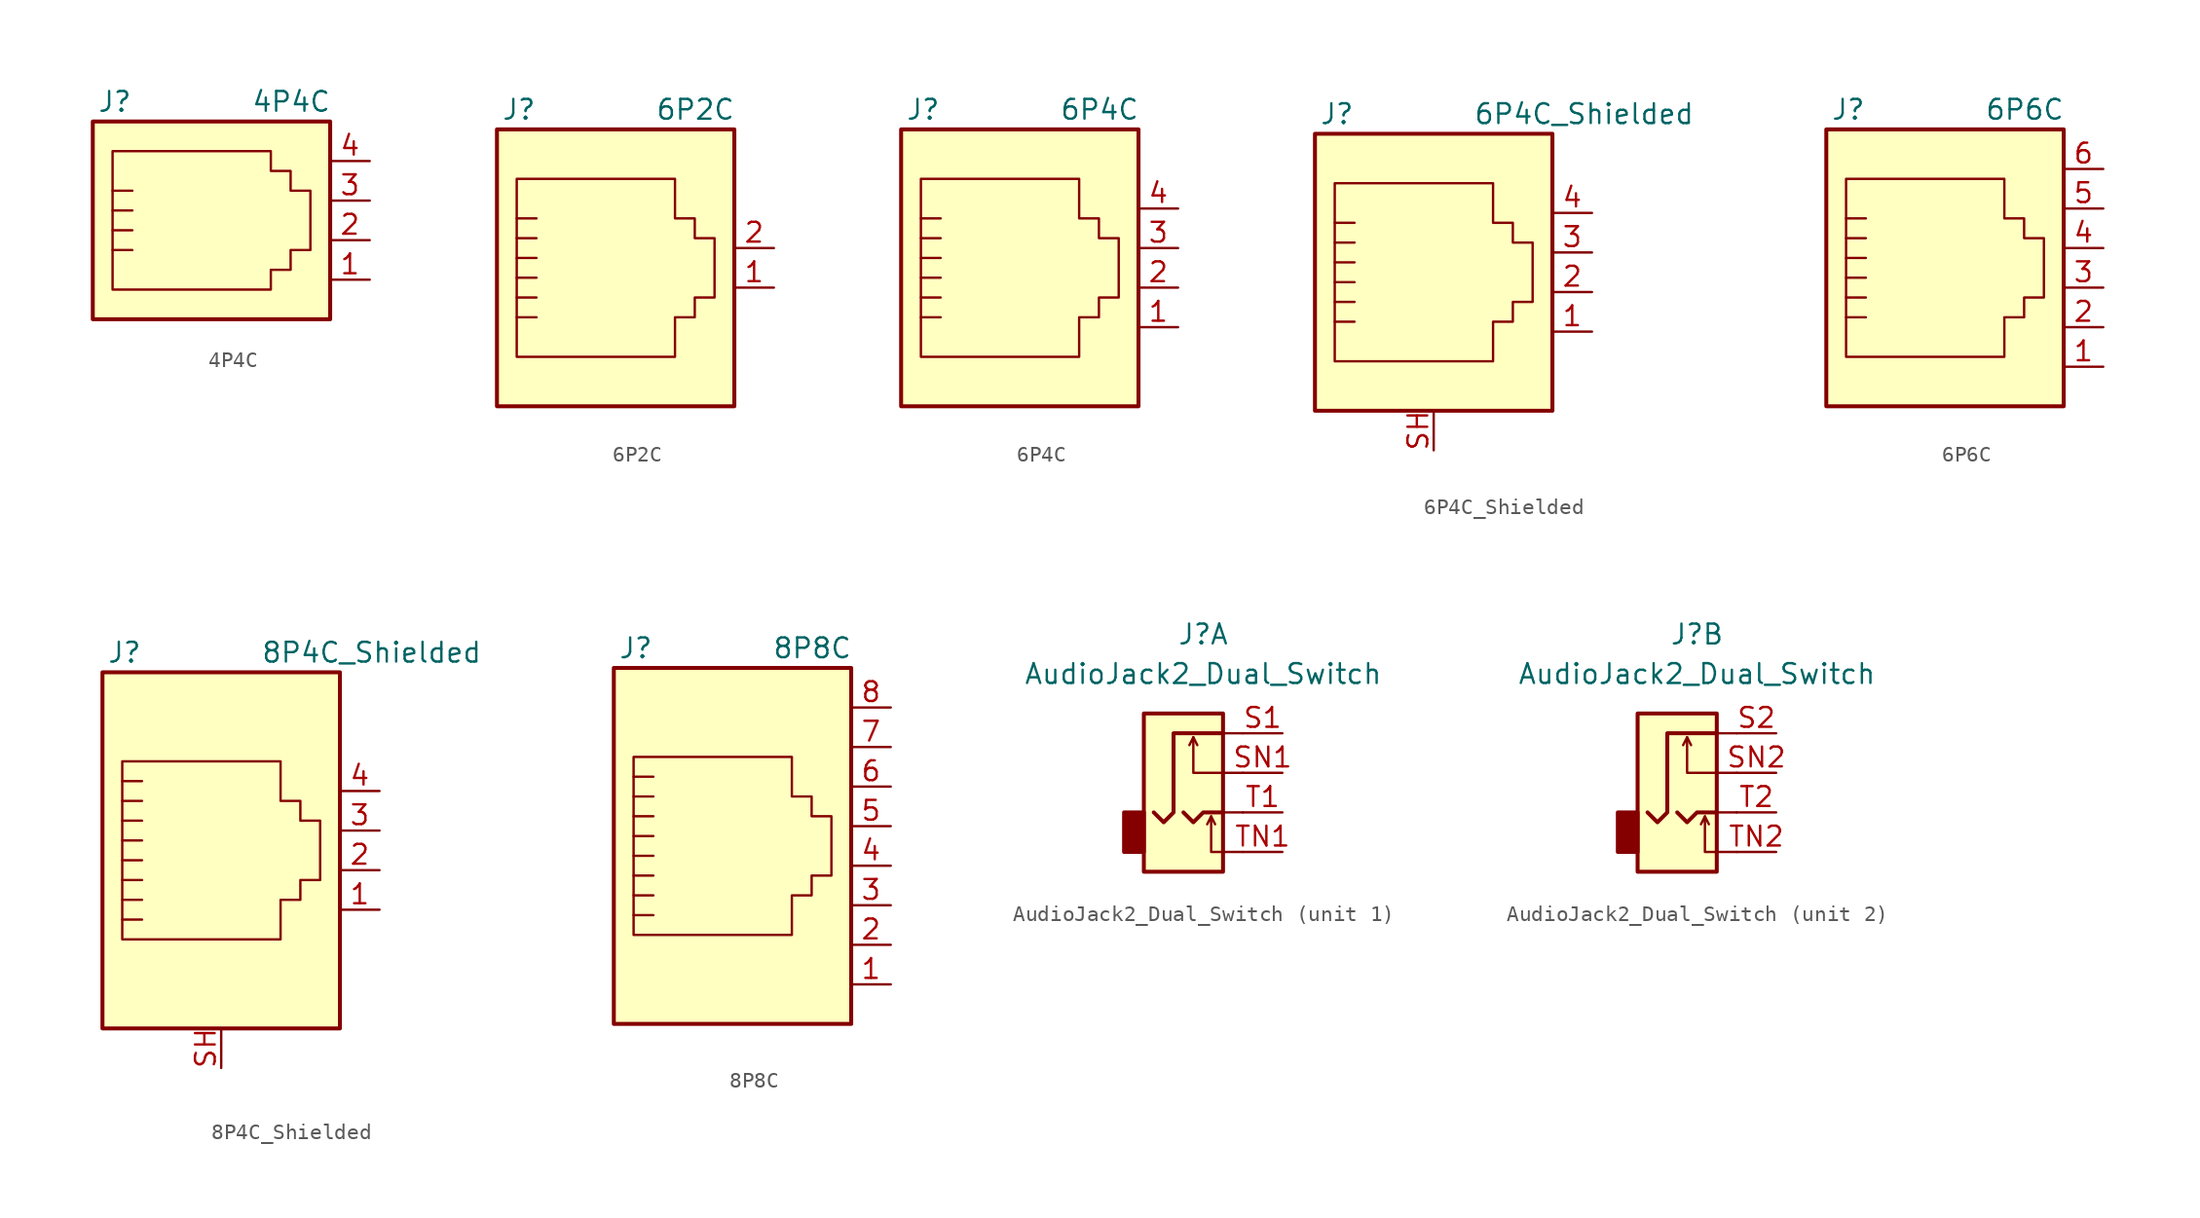
<source format=kicad_sym>
(kicad_symbol_lib
  (version 20201005)
  (generator kicad_symbol_editor)
  (symbol "4P4C"
    (pin_names
      (offset 1.016))
    (property "Reference" "J"
      (at -5.08 8.89 0)
      (effects (font (size 1.27 1.27)) (justify right)))
    (property "Value" "4P4C"
      (at 2.54 8.89 0)
      (effects (font (size 1.27 1.27)) (justify left)))
    (symbol "4P4C_0_1"
      (rectangle (start 7.62 7.62) (end -7.62 -5.08) (stroke (width 0.254)) (fill (type background)))
      (polyline (pts (xy -6.35 -0.635) (xy -5.08 -0.635) (xy -5.08 -0.635)) (stroke (width 0)) (fill (type none)))
      (polyline (pts (xy -6.35 0.635) (xy -5.08 0.635) (xy -5.08 0.635)) (stroke (width 0)) (fill (type none)))
      (polyline (pts (xy -6.35 1.905) (xy -5.08 1.905) (xy -5.08 1.905)) (stroke (width 0)) (fill (type none)))
      (polyline (pts (xy -6.35 3.175) (xy -5.08 3.175) (xy -5.08 3.175)) (stroke (width 0)) (fill (type none)))
      (polyline (pts (xy -6.35 -3.175) (xy -6.35 5.715) (xy -1.27 5.715) (xy 3.81 5.715) (xy 3.81 4.445) (xy 5.08 4.445) (xy 5.08 3.175) (xy 6.35 3.175) (xy 6.35 -0.635) (xy 5.08 -0.635) (xy 5.08 -1.905) (xy 3.81 -1.905) (xy 3.81 -3.175) (xy -6.35 -3.175) (xy -6.35 -3.175)) (stroke (width 0)) (fill (type none))))
    (symbol "4P4C_1_1"
      (pin passive line (at 10.16 -2.54 180) (length 2.54) (name "~" (effects (font (size 1.27 1.27)))) (number "1" (effects (font (size 1.27 1.27)))))
      (pin passive line (at 10.16 0 180) (length 2.54) (name "~" (effects (font (size 1.27 1.27)))) (number "2" (effects (font (size 1.27 1.27)))))
      (pin passive line (at 10.16 2.54 180) (length 2.54) (name "~" (effects (font (size 1.27 1.27)))) (number "3" (effects (font (size 1.27 1.27)))))
      (pin passive line (at 10.16 5.08 180) (length 2.54) (name "~" (effects (font (size 1.27 1.27)))) (number "4" (effects (font (size 1.27 1.27)))))))
  (symbol "6P2C"
    (pin_names
      (offset 1.016))
    (property "Reference" "J"
      (at -5.08 11.43 0)
      (effects (font (size 1.27 1.27)) (justify right)))
    (property "Value" "6P2C"
      (at 2.54 11.43 0)
      (effects (font (size 1.27 1.27)) (justify left)))
    (symbol "6P2C_0_1"
      (rectangle (start 7.62 10.16) (end -7.62 -7.62) (stroke (width 0.254)) (fill (type background)))
      (polyline (pts (xy -6.35 -1.905) (xy -5.08 -1.905) (xy -5.08 -1.905)) (stroke (width 0)) (fill (type none)))
      (polyline (pts (xy -6.35 -0.635) (xy -5.08 -0.635) (xy -5.08 -0.635)) (stroke (width 0)) (fill (type none)))
      (polyline (pts (xy -6.35 0.635) (xy -5.08 0.635) (xy -5.08 0.635)) (stroke (width 0)) (fill (type none)))
      (polyline (pts (xy -6.35 1.905) (xy -5.08 1.905) (xy -5.08 1.905)) (stroke (width 0)) (fill (type none)))
      (polyline (pts (xy -6.35 3.175) (xy -5.08 3.175) (xy -5.08 3.175)) (stroke (width 0)) (fill (type none)))
      (polyline (pts (xy -5.08 4.445) (xy -6.35 4.445) (xy -6.35 4.445)) (stroke (width 0)) (fill (type none)))
      (polyline (pts (xy -6.35 -4.445) (xy -6.35 6.985) (xy 3.81 6.985) (xy 3.81 4.445) (xy 5.08 4.445) (xy 5.08 3.175) (xy 6.35 3.175) (xy 6.35 -0.635) (xy 5.08 -0.635) (xy 5.08 -1.905) (xy 3.81 -1.905) (xy 3.81 -4.445) (xy -6.35 -4.445) (xy -6.35 -4.445)) (stroke (width 0)) (fill (type none))))
    (symbol "6P2C_1_1"
      (pin passive line (at 10.16 0 180) (length 2.54) (name "~" (effects (font (size 1.27 1.27)))) (number "1" (effects (font (size 1.27 1.27)))))
      (pin passive line (at 10.16 2.54 180) (length 2.54) (name "~" (effects (font (size 1.27 1.27)))) (number "2" (effects (font (size 1.27 1.27)))))))
  (symbol "6P4C"
    (pin_names
      (offset 1.016))
    (property "Reference" "J"
      (at -5.08 11.43 0)
      (effects (font (size 1.27 1.27)) (justify right)))
    (property "Value" "6P4C"
      (at 2.54 11.43 0)
      (effects (font (size 1.27 1.27)) (justify left)))
    (symbol "6P4C_0_1"
      (rectangle (start 7.62 10.16) (end -7.62 -7.62) (stroke (width 0.254)) (fill (type background)))
      (polyline (pts (xy -6.35 -1.905) (xy -5.08 -1.905) (xy -5.08 -1.905)) (stroke (width 0)) (fill (type none)))
      (polyline (pts (xy -6.35 -0.635) (xy -5.08 -0.635) (xy -5.08 -0.635)) (stroke (width 0)) (fill (type none)))
      (polyline (pts (xy -6.35 0.635) (xy -5.08 0.635) (xy -5.08 0.635)) (stroke (width 0)) (fill (type none)))
      (polyline (pts (xy -6.35 1.905) (xy -5.08 1.905) (xy -5.08 1.905)) (stroke (width 0)) (fill (type none)))
      (polyline (pts (xy -6.35 3.175) (xy -5.08 3.175) (xy -5.08 3.175)) (stroke (width 0)) (fill (type none)))
      (polyline (pts (xy -5.08 4.445) (xy -6.35 4.445) (xy -6.35 4.445)) (stroke (width 0)) (fill (type none)))
      (polyline (pts (xy -6.35 -4.445) (xy -6.35 6.985) (xy 3.81 6.985) (xy 3.81 4.445) (xy 5.08 4.445) (xy 5.08 3.175) (xy 6.35 3.175) (xy 6.35 -0.635) (xy 5.08 -0.635) (xy 5.08 -1.905) (xy 3.81 -1.905) (xy 3.81 -4.445) (xy -6.35 -4.445) (xy -6.35 -4.445)) (stroke (width 0)) (fill (type none))))
    (symbol "6P4C_1_1"
      (pin passive line (at 10.16 -2.54 180) (length 2.54) (name "~" (effects (font (size 1.27 1.27)))) (number "1" (effects (font (size 1.27 1.27)))))
      (pin passive line (at 10.16 0 180) (length 2.54) (name "~" (effects (font (size 1.27 1.27)))) (number "2" (effects (font (size 1.27 1.27)))))
      (pin passive line (at 10.16 2.54 180) (length 2.54) (name "~" (effects (font (size 1.27 1.27)))) (number "3" (effects (font (size 1.27 1.27)))))
      (pin passive line (at 10.16 5.08 180) (length 2.54) (name "~" (effects (font (size 1.27 1.27)))) (number "4" (effects (font (size 1.27 1.27)))))))
  (symbol "6P4C_Shielded"
    (pin_names
      (offset 1.016))
    (property "Reference" "J"
      (at -5.08 11.43 0)
      (effects (font (size 1.27 1.27)) (justify right)))
    (property "Value" "6P4C_Shielded"
      (at 2.54 11.43 0)
      (effects (font (size 1.27 1.27)) (justify left)))
    (symbol "6P4C_Shielded_0_1"
      (rectangle (start 7.62 10.16) (end -7.62 -7.62) (stroke (width 0.254)) (fill (type background)))
      (polyline (pts (xy -6.35 -1.905) (xy -5.08 -1.905) (xy -5.08 -1.905)) (stroke (width 0)) (fill (type none)))
      (polyline (pts (xy -6.35 -0.635) (xy -5.08 -0.635) (xy -5.08 -0.635)) (stroke (width 0)) (fill (type none)))
      (polyline (pts (xy -6.35 0.635) (xy -5.08 0.635) (xy -5.08 0.635)) (stroke (width 0)) (fill (type none)))
      (polyline (pts (xy -6.35 1.905) (xy -5.08 1.905) (xy -5.08 1.905)) (stroke (width 0)) (fill (type none)))
      (polyline (pts (xy -6.35 3.175) (xy -5.08 3.175) (xy -5.08 3.175)) (stroke (width 0)) (fill (type none)))
      (polyline (pts (xy -5.08 4.445) (xy -6.35 4.445) (xy -6.35 4.445)) (stroke (width 0)) (fill (type none)))
      (polyline (pts (xy -6.35 -4.445) (xy -6.35 6.985) (xy 3.81 6.985) (xy 3.81 4.445) (xy 5.08 4.445) (xy 5.08 3.175) (xy 6.35 3.175) (xy 6.35 -0.635) (xy 5.08 -0.635) (xy 5.08 -1.905) (xy 3.81 -1.905) (xy 3.81 -4.445) (xy -6.35 -4.445) (xy -6.35 -4.445)) (stroke (width 0)) (fill (type none))))
    (symbol "6P4C_Shielded_1_1"
      (pin passive line (at 10.16 -2.54 180) (length 2.54) (name "~" (effects (font (size 1.27 1.27)))) (number "1" (effects (font (size 1.27 1.27)))))
      (pin passive line (at 10.16 0 180) (length 2.54) (name "~" (effects (font (size 1.27 1.27)))) (number "2" (effects (font (size 1.27 1.27)))))
      (pin passive line (at 10.16 2.54 180) (length 2.54) (name "~" (effects (font (size 1.27 1.27)))) (number "3" (effects (font (size 1.27 1.27)))))
      (pin passive line (at 10.16 5.08 180) (length 2.54) (name "~" (effects (font (size 1.27 1.27)))) (number "4" (effects (font (size 1.27 1.27)))))
      (pin passive line (at 0 -10.16 90) (length 2.54) (name "~" (effects (font (size 1.27 1.27)))) (number "SH" (effects (font (size 1.27 1.27)))))))
  (symbol "6P6C"
    (pin_names
      (offset 1.016))
    (property "Reference" "J"
      (at -5.08 11.43 0)
      (effects (font (size 1.27 1.27)) (justify right)))
    (property "Value" "6P6C"
      (at 2.54 11.43 0)
      (effects (font (size 1.27 1.27)) (justify left)))
    (symbol "6P6C_0_1"
      (rectangle (start 7.62 10.16) (end -7.62 -7.62) (stroke (width 0.254)) (fill (type background)))
      (polyline (pts (xy -6.35 -1.905) (xy -5.08 -1.905) (xy -5.08 -1.905)) (stroke (width 0)) (fill (type none)))
      (polyline (pts (xy -6.35 -0.635) (xy -5.08 -0.635) (xy -5.08 -0.635)) (stroke (width 0)) (fill (type none)))
      (polyline (pts (xy -6.35 0.635) (xy -5.08 0.635) (xy -5.08 0.635)) (stroke (width 0)) (fill (type none)))
      (polyline (pts (xy -6.35 1.905) (xy -5.08 1.905) (xy -5.08 1.905)) (stroke (width 0)) (fill (type none)))
      (polyline (pts (xy -6.35 3.175) (xy -5.08 3.175) (xy -5.08 3.175)) (stroke (width 0)) (fill (type none)))
      (polyline (pts (xy -5.08 4.445) (xy -6.35 4.445) (xy -6.35 4.445)) (stroke (width 0)) (fill (type none)))
      (polyline (pts (xy -6.35 -4.445) (xy -6.35 6.985) (xy 3.81 6.985) (xy 3.81 4.445) (xy 5.08 4.445) (xy 5.08 3.175) (xy 6.35 3.175) (xy 6.35 -0.635) (xy 5.08 -0.635) (xy 5.08 -1.905) (xy 3.81 -1.905) (xy 3.81 -4.445) (xy -6.35 -4.445) (xy -6.35 -4.445)) (stroke (width 0)) (fill (type none))))
    (symbol "6P6C_1_1"
      (pin passive line (at 10.16 -5.08 180) (length 2.54) (name "~" (effects (font (size 1.27 1.27)))) (number "1" (effects (font (size 1.27 1.27)))))
      (pin passive line (at 10.16 -2.54 180) (length 2.54) (name "~" (effects (font (size 1.27 1.27)))) (number "2" (effects (font (size 1.27 1.27)))))
      (pin passive line (at 10.16 0 180) (length 2.54) (name "~" (effects (font (size 1.27 1.27)))) (number "3" (effects (font (size 1.27 1.27)))))
      (pin passive line (at 10.16 2.54 180) (length 2.54) (name "~" (effects (font (size 1.27 1.27)))) (number "4" (effects (font (size 1.27 1.27)))))
      (pin passive line (at 10.16 5.08 180) (length 2.54) (name "~" (effects (font (size 1.27 1.27)))) (number "5" (effects (font (size 1.27 1.27)))))
      (pin passive line (at 10.16 7.62 180) (length 2.54) (name "~" (effects (font (size 1.27 1.27)))) (number "6" (effects (font (size 1.27 1.27)))))))
  (symbol "8P4C_Shielded"
    (pin_names
      (offset 1.016))
    (property "Reference" "J"
      (at -5.08 13.97 0)
      (effects (font (size 1.27 1.27)) (justify right)))
    (property "Value" "8P4C_Shielded"
      (at 2.54 13.97 0)
      (effects (font (size 1.27 1.27)) (justify left)))
    (symbol "8P4C_Shielded_0_1"
      (rectangle (start 7.62 12.7) (end -7.62 -10.16) (stroke (width 0.254)) (fill (type background)))
      (polyline (pts (xy -5.08 4.445) (xy -6.35 4.445)) (stroke (width 0)) (fill (type none)))
      (polyline (pts (xy -5.08 5.715) (xy -6.35 5.715)) (stroke (width 0)) (fill (type none)))
      (polyline (pts (xy -6.35 -3.175) (xy -5.08 -3.175) (xy -5.08 -3.175)) (stroke (width 0)) (fill (type none)))
      (polyline (pts (xy -6.35 -1.905) (xy -5.08 -1.905) (xy -5.08 -1.905)) (stroke (width 0)) (fill (type none)))
      (polyline (pts (xy -6.35 -0.635) (xy -5.08 -0.635) (xy -5.08 -0.635)) (stroke (width 0)) (fill (type none)))
      (polyline (pts (xy -6.35 0.635) (xy -5.08 0.635) (xy -5.08 0.635)) (stroke (width 0)) (fill (type none)))
      (polyline (pts (xy -6.35 1.905) (xy -5.08 1.905) (xy -5.08 1.905)) (stroke (width 0)) (fill (type none)))
      (polyline (pts (xy -5.08 3.175) (xy -6.35 3.175) (xy -6.35 3.175)) (stroke (width 0)) (fill (type none)))
      (polyline (pts (xy -6.35 -4.445) (xy -6.35 6.985) (xy 3.81 6.985) (xy 3.81 4.445) (xy 5.08 4.445) (xy 5.08 3.175) (xy 6.35 3.175) (xy 6.35 -0.635) (xy 5.08 -0.635) (xy 5.08 -1.905) (xy 3.81 -1.905) (xy 3.81 -4.445) (xy -6.35 -4.445) (xy -6.35 -4.445)) (stroke (width 0)) (fill (type none))))
    (symbol "8P4C_Shielded_1_1"
      (pin passive line (at 10.16 -2.54 180) (length 2.54) (name "~" (effects (font (size 1.27 1.27)))) (number "1" (effects (font (size 1.27 1.27)))))
      (pin passive line (at 10.16 0 180) (length 2.54) (name "~" (effects (font (size 1.27 1.27)))) (number "2" (effects (font (size 1.27 1.27)))))
      (pin passive line (at 10.16 2.54 180) (length 2.54) (name "~" (effects (font (size 1.27 1.27)))) (number "3" (effects (font (size 1.27 1.27)))))
      (pin passive line (at 10.16 5.08 180) (length 2.54) (name "~" (effects (font (size 1.27 1.27)))) (number "4" (effects (font (size 1.27 1.27)))))
      (pin passive line (at 0 -12.7 90) (length 2.54) (name "~" (effects (font (size 1.27 1.27)))) (number "SH" (effects (font (size 1.27 1.27)))))))
  (symbol "8P8C"
    (pin_names
      (offset 1.016))
    (property "Reference" "J"
      (at -5.08 13.97 0)
      (effects (font (size 1.27 1.27)) (justify right)))
    (property "Value" "8P8C"
      (at 2.54 13.97 0)
      (effects (font (size 1.27 1.27)) (justify left)))
    (symbol "8P8C_0_1"
      (rectangle (start 7.62 12.7) (end -7.62 -10.16) (stroke (width 0.254)) (fill (type background)))
      (polyline (pts (xy -5.08 4.445) (xy -6.35 4.445)) (stroke (width 0)) (fill (type none)))
      (polyline (pts (xy -5.08 5.715) (xy -6.35 5.715)) (stroke (width 0)) (fill (type none)))
      (polyline (pts (xy -6.35 -3.175) (xy -5.08 -3.175) (xy -5.08 -3.175)) (stroke (width 0)) (fill (type none)))
      (polyline (pts (xy -6.35 -1.905) (xy -5.08 -1.905) (xy -5.08 -1.905)) (stroke (width 0)) (fill (type none)))
      (polyline (pts (xy -6.35 -0.635) (xy -5.08 -0.635) (xy -5.08 -0.635)) (stroke (width 0)) (fill (type none)))
      (polyline (pts (xy -6.35 0.635) (xy -5.08 0.635) (xy -5.08 0.635)) (stroke (width 0)) (fill (type none)))
      (polyline (pts (xy -6.35 1.905) (xy -5.08 1.905) (xy -5.08 1.905)) (stroke (width 0)) (fill (type none)))
      (polyline (pts (xy -5.08 3.175) (xy -6.35 3.175) (xy -6.35 3.175)) (stroke (width 0)) (fill (type none)))
      (polyline (pts (xy -6.35 -4.445) (xy -6.35 6.985) (xy 3.81 6.985) (xy 3.81 4.445) (xy 5.08 4.445) (xy 5.08 3.175) (xy 6.35 3.175) (xy 6.35 -0.635) (xy 5.08 -0.635) (xy 5.08 -1.905) (xy 3.81 -1.905) (xy 3.81 -4.445) (xy -6.35 -4.445) (xy -6.35 -4.445)) (stroke (width 0)) (fill (type none))))
    (symbol "8P8C_1_1"
      (pin passive line (at 10.16 -7.62 180) (length 2.54) (name "~" (effects (font (size 1.27 1.27)))) (number "1" (effects (font (size 1.27 1.27)))))
      (pin passive line (at 10.16 -5.08 180) (length 2.54) (name "~" (effects (font (size 1.27 1.27)))) (number "2" (effects (font (size 1.27 1.27)))))
      (pin passive line (at 10.16 -2.54 180) (length 2.54) (name "~" (effects (font (size 1.27 1.27)))) (number "3" (effects (font (size 1.27 1.27)))))
      (pin passive line (at 10.16 0 180) (length 2.54) (name "~" (effects (font (size 1.27 1.27)))) (number "4" (effects (font (size 1.27 1.27)))))
      (pin passive line (at 10.16 2.54 180) (length 2.54) (name "~" (effects (font (size 1.27 1.27)))) (number "5" (effects (font (size 1.27 1.27)))))
      (pin passive line (at 10.16 5.08 180) (length 2.54) (name "~" (effects (font (size 1.27 1.27)))) (number "6" (effects (font (size 1.27 1.27)))))
      (pin passive line (at 10.16 7.62 180) (length 2.54) (name "~" (effects (font (size 1.27 1.27)))) (number "7" (effects (font (size 1.27 1.27)))))
      (pin passive line (at 10.16 10.16 180) (length 2.54) (name "~" (effects (font (size 1.27 1.27)))) (number "8" (effects (font (size 1.27 1.27)))))))
  (symbol "AudioJack2_Dual_Switch"
    (property "Reference" "J"
      (at 0 11.43 0)
      (effects (font (size 1.27 1.27))))
    (property "Value" "AudioJack2_Dual_Switch"
      (at 0 8.89 0)
      (effects (font (size 1.27 1.27))))
    (symbol "AudioJack2_Dual_Switch_0_1"
      (rectangle (start -3.81 -2.54) (end -5.08 0) (stroke (width 0.254)) (fill (type outline)))
      (rectangle (start 1.27 6.35) (end -3.81 -3.81) (stroke (width 0.254)) (fill (type background)))
      (polyline (pts (xy -0.635 4.826) (xy -0.381 4.318)) (stroke (width 0)) (fill (type none)))
      (polyline (pts (xy 0.508 -0.254) (xy 0.762 -0.762)) (stroke (width 0)) (fill (type none)))
      (polyline (pts (xy 1.27 -2.54) (xy 2.54 -2.54)) (stroke (width 0)) (fill (type none)))
      (polyline (pts (xy 1.27 2.54) (xy 2.54 2.54)) (stroke (width 0)) (fill (type none)))
      (polyline (pts (xy 2.54 0) (xy 1.27 0)) (stroke (width 0)) (fill (type none)))
      (polyline (pts (xy 2.54 5.08) (xy 1.27 5.08)) (stroke (width 0)) (fill (type none)))
      (polyline (pts (xy -1.27 0) (xy -0.635 -0.635) (xy 0 0) (xy 1.27 0)) (stroke (width 0.254)) (fill (type none)))
      (polyline (pts (xy 1.27 -2.54) (xy 0.508 -2.54) (xy 0.508 -0.254) (xy 0.254 -0.762)) (stroke (width 0)) (fill (type none)))
      (polyline (pts (xy 1.27 2.54) (xy -0.635 2.54) (xy -0.635 4.826) (xy -0.889 4.318)) (stroke (width 0)) (fill (type none)))
      (polyline (pts (xy 1.27 5.08) (xy -1.905 5.08) (xy -1.905 0) (xy -2.54 -0.635) (xy -3.175 0)) (stroke (width 0.254)) (fill (type none))))
    (symbol "AudioJack2_Dual_Switch_1_1"
      (pin passive line (at 5.08 5.08 180) (length 2.54) (name "~" (effects (font (size 1.27 1.27)))) (number "S1" (effects (font (size 1.27 1.27)))))
      (pin passive line (at 5.08 2.54 180) (length 2.54) (name "~" (effects (font (size 1.27 1.27)))) (number "SN1" (effects (font (size 1.27 1.27)))))
      (pin passive line (at 5.08 0 180) (length 2.54) (name "~" (effects (font (size 1.27 1.27)))) (number "T1" (effects (font (size 1.27 1.27)))))
      (pin passive line (at 5.08 -2.54 180) (length 2.54) (name "~" (effects (font (size 1.27 1.27)))) (number "TN1" (effects (font (size 1.27 1.27))))))
    (symbol "AudioJack2_Dual_Switch_2_1"
      (pin passive line (at 5.08 5.08 180) (length 2.54) (name "~" (effects (font (size 1.27 1.27)))) (number "S2" (effects (font (size 1.27 1.27)))))
      (pin passive line (at 5.08 2.54 180) (length 2.54) (name "~" (effects (font (size 1.27 1.27)))) (number "SN2" (effects (font (size 1.27 1.27)))))
      (pin passive line (at 5.08 0 180) (length 2.54) (name "~" (effects (font (size 1.27 1.27)))) (number "T2" (effects (font (size 1.27 1.27)))))
      (pin passive line (at 5.08 -2.54 180) (length 2.54) (name "~" (effects (font (size 1.27 1.27)))) (number "TN2" (effects (font (size 1.27 1.27))))))))
</source>
